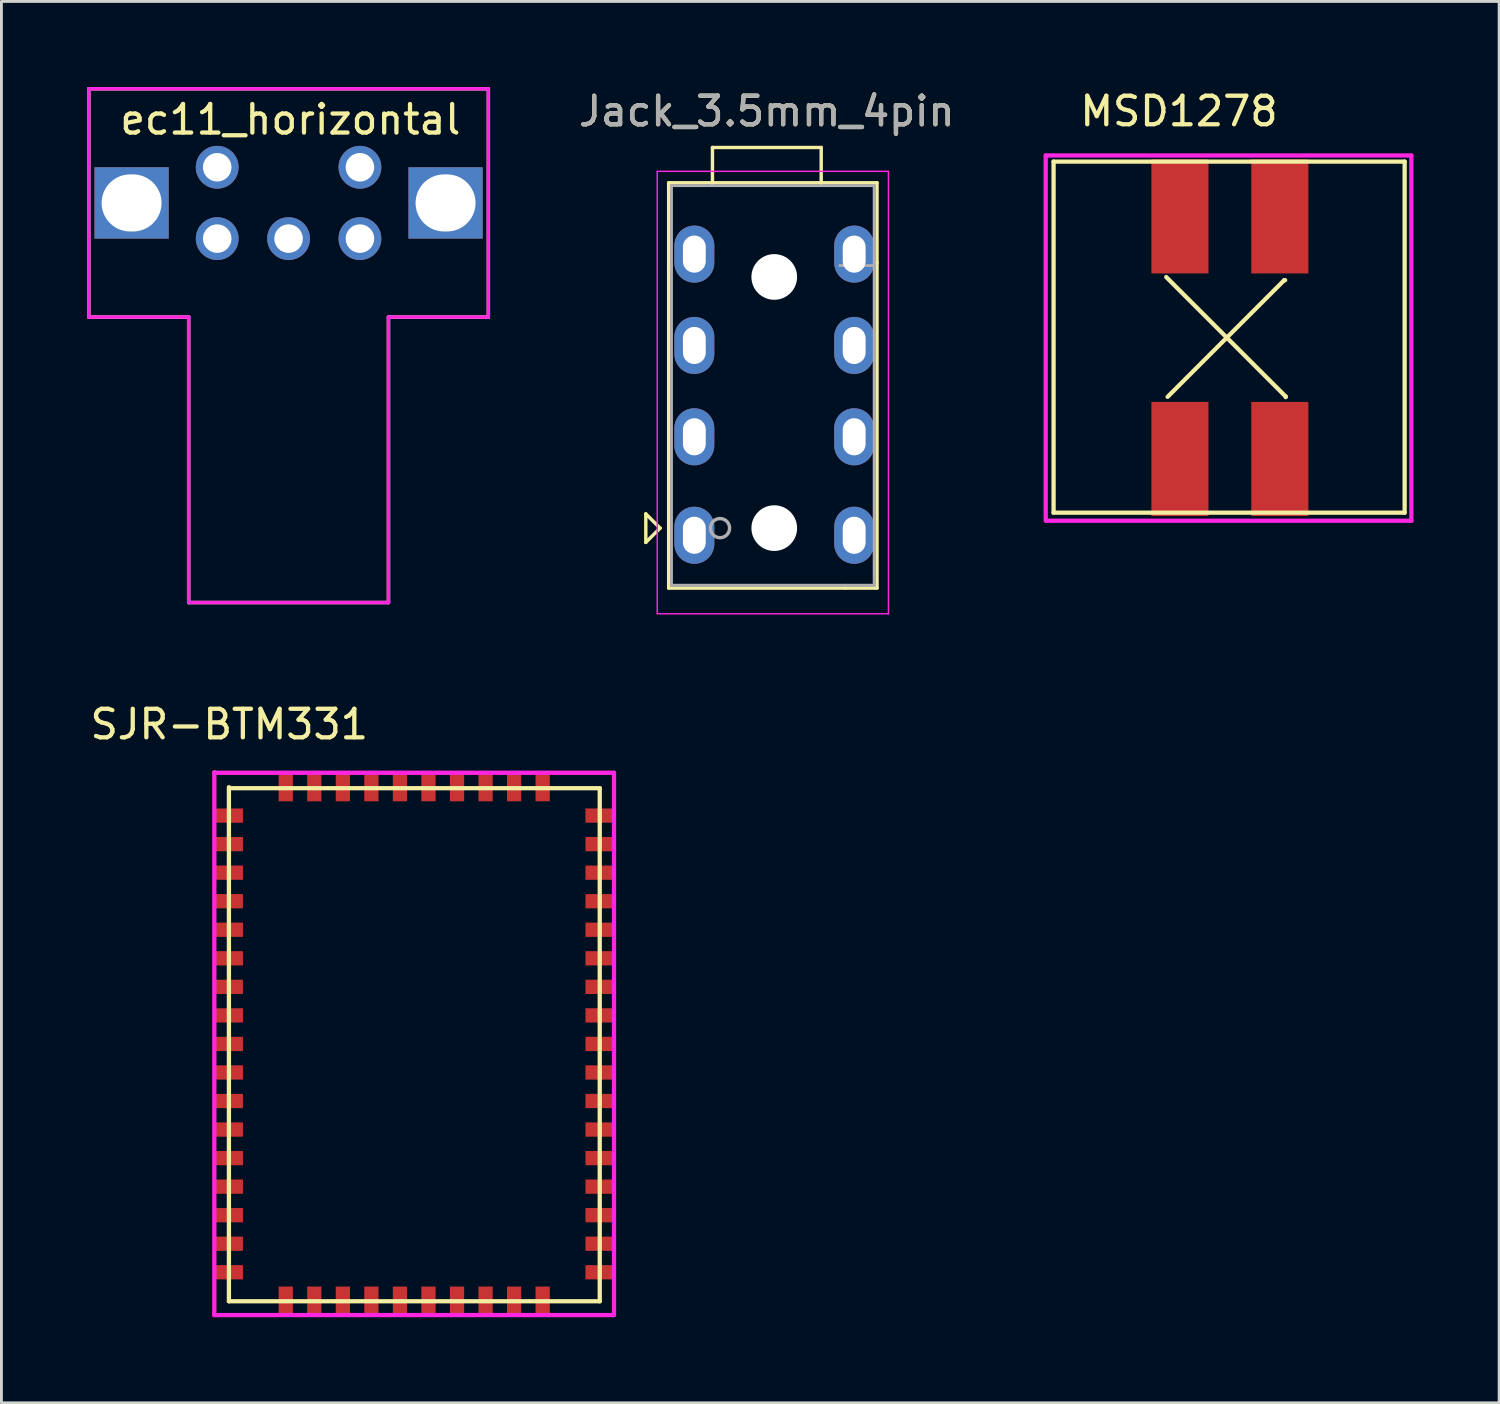
<source format=kicad_pcb>
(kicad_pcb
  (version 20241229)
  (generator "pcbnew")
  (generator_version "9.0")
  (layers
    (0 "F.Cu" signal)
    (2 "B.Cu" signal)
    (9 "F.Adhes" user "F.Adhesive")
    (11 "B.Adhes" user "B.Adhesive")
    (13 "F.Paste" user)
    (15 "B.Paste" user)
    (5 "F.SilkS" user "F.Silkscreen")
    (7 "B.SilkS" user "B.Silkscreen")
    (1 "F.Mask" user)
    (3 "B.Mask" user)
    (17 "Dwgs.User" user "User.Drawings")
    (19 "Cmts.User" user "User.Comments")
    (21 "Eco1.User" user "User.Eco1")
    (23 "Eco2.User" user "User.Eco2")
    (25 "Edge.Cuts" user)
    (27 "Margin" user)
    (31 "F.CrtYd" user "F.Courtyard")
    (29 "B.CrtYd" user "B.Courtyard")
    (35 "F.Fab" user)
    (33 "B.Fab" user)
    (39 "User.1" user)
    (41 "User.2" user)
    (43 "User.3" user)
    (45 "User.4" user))
  (footprint "ec11_horizontal"
    (layer "F.Cu")
    (at 7.06 4.06)
    (property "Reference" "ec11_horizontal" (at 0.064 -2.921 0) (layer "F.SilkS") (effects (font (size 1 1) (thickness 0.15))))
    (attr through_hole)
    (fp_line (start -7 -4) (end -7 4) (stroke (width 0.12) (type solid)) (layer "F.SilkS"))
    (fp_line (start -7 4) (end -3.5 4) (stroke (width 0.12) (type solid)) (layer "F.SilkS"))
    (fp_line (start -3.5 4) (end -3.5 14) (stroke (width 0.12) (type solid)) (layer "F.SilkS"))
    (fp_line (start -3.5 14) (end 3.5 14) (stroke (width 0.12) (type solid)) (layer "F.SilkS"))
    (fp_line (start 3.5 4) (end 3.5 14) (stroke (width 0.12) (type solid)) (layer "F.SilkS"))
    (fp_line (start 7 -4) (end -7 -4) (stroke (width 0.12) (type solid)) (layer "F.SilkS"))
    (fp_line (start 7 4) (end 3.5 4) (stroke (width 0.12) (type solid)) (layer "F.SilkS"))
    (fp_line (start 7 4) (end 7 -4) (stroke (width 0.12) (type solid)) (layer "F.SilkS"))
    (fp_line (start -7 -4) (end -7 4) (stroke (width 0.12) (type solid)) (layer "F.CrtYd"))
    (fp_line (start -7 4) (end -3.5 4) (stroke (width 0.12) (type solid)) (layer "F.CrtYd"))
    (fp_line (start -3.5 4) (end -3.5 14) (stroke (width 0.12) (type solid)) (layer "F.CrtYd"))
    (fp_line (start -3.5 14) (end 3.5 14) (stroke (width 0.12) (type solid)) (layer "F.CrtYd"))
    (fp_line (start 3.5 4) (end 3.5 14) (stroke (width 0.12) (type solid)) (layer "F.CrtYd"))
    (fp_line (start 7 -4) (end -7 -4) (stroke (width 0.12) (type solid)) (layer "F.CrtYd"))
    (fp_line (start 7 4) (end 3.5 4) (stroke (width 0.12) (type solid)) (layer "F.CrtYd"))
    (fp_line (start 7 4) (end 7 -4) (stroke (width 0.12) (type solid)) (layer "F.CrtYd"))
    (pad "A" thru_hole circle (at -2.5 1.25) (size 1.5 1.5) (drill 1) (layers "*.Cu" "*.Mask"))
    (pad "B" thru_hole circle (at 2.5 1.25) (size 1.5 1.5) (drill 1) (layers "*.Cu" "*.Mask"))
    (pad "C" thru_hole circle (at 0 1.25) (size 1.5 1.5) (drill 1) (layers "*.Cu" "*.Mask"))
    (pad "MP" thru_hole rect (at -5.5 0) (size 2.6 2.5) (drill oval 2.1 2) (layers "*.Cu" "*.Mask"))
    (pad "MP" thru_hole rect (at 5.5 0) (size 2.6 2.5) (drill oval 2.1 2) (layers "*.Cu" "*.Mask"))
    (pad "S1" thru_hole circle (at -2.5 -1.25) (size 1.5 1.5) (drill 1) (layers "*.Cu" "*.Mask"))
    (pad "S2" thru_hole circle (at 2.5 -1.25) (size 1.5 1.5) (drill 1) (layers "*.Cu" "*.Mask")))
  (footprint "SJR-BTM331"
    (layer "F.Cu")
    (at 4.962 24.524)
    (property "Reference" "SJR-BTM331" (at 0.02 -2.197 0) (layer "F.SilkS") (effects (font (size 1 1) (thickness 0.15))))
    (attr through_hole)
    (fp_line (start -0.498 -0.503) (end -0.495 -0.5) (stroke (width 0.15) (type solid)) (layer "F.SilkS"))
    (fp_line (start 0.008 0.005) (end 0.008 18.016) (stroke (width 0.15) (type solid)) (layer "F.SilkS"))
    (fp_line (start 0.008 18.016) (end 13 18.016) (stroke (width 0.15) (type solid)) (layer "F.SilkS"))
    (fp_line (start 13 0.041) (end 0.023 0.041) (stroke (width 0.15) (type solid)) (layer "F.SilkS"))
    (fp_line (start 13 18.016) (end 13 0.041) (stroke (width 0.15) (type solid)) (layer "F.SilkS"))
    (fp_line (start -0.503 -0.511) (end -0.503 18.499) (stroke (width 0.15) (type solid)) (layer "F.CrtYd"))
    (fp_line (start -0.503 18.499) (end 13.5 18.499) (stroke (width 0.15) (type solid)) (layer "F.CrtYd"))
    (fp_line (start 13.5 -0.5) (end -0.495 -0.5) (stroke (width 0.15) (type solid)) (layer "F.CrtYd"))
    (fp_line (start 13.5 18.499) (end 13.5 -0.5) (stroke (width 0.15) (type solid)) (layer "F.CrtYd"))
    (pad "1" smd rect (at 0 1) (size 1 0.5) (layers "F.Cu" "F.Mask" "F.Paste"))
    (pad "2" smd rect (at 0 2) (size 1 0.5) (layers "F.Cu" "F.Mask" "F.Paste"))
    (pad "3" smd rect (at 0 3) (size 1 0.5) (layers "F.Cu" "F.Mask" "F.Paste"))
    (pad "4" smd rect (at 0 4) (size 1 0.5) (layers "F.Cu" "F.Mask" "F.Paste"))
    (pad "5" smd rect (at 0 5) (size 1 0.5) (layers "F.Cu" "F.Mask" "F.Paste"))
    (pad "6" smd rect (at 0 6) (size 1 0.5) (layers "F.Cu" "F.Mask" "F.Paste"))
    (pad "7" smd rect (at 0 7) (size 1 0.5) (layers "F.Cu" "F.Mask" "F.Paste"))
    (pad "8" smd rect (at 0 8) (size 1 0.5) (layers "F.Cu" "F.Mask" "F.Paste"))
    (pad "9" smd rect (at 0 9) (size 1 0.5) (layers "F.Cu" "F.Mask" "F.Paste"))
    (pad "10" smd rect (at 0 10) (size 1 0.5) (layers "F.Cu" "F.Mask" "F.Paste"))
    (pad "11" smd rect (at 0 11) (size 1 0.5) (layers "F.Cu" "F.Mask" "F.Paste"))
    (pad "12" smd rect (at 0 12) (size 1 0.5) (layers "F.Cu" "F.Mask" "F.Paste"))
    (pad "13" smd rect (at 0 13) (size 1 0.5) (layers "F.Cu" "F.Mask" "F.Paste"))
    (pad "14" smd rect (at 0 14) (size 1 0.5) (layers "F.Cu" "F.Mask" "F.Paste"))
    (pad "15" smd rect (at 0 15) (size 1 0.5) (layers "F.Cu" "F.Mask" "F.Paste"))
    (pad "16" smd rect (at 0 16) (size 1 0.5) (layers "F.Cu" "F.Mask" "F.Paste"))
    (pad "17" smd rect (at 0 17) (size 1 0.5) (layers "F.Cu" "F.Mask" "F.Paste"))
    (pad "18" smd rect (at 2 18) (size 0.5 1) (layers "F.Cu" "F.Mask" "F.Paste"))
    (pad "19" smd rect (at 3 18) (size 0.5 1) (layers "F.Cu" "F.Mask" "F.Paste"))
    (pad "20" smd rect (at 4 18) (size 0.5 1) (layers "F.Cu" "F.Mask" "F.Paste"))
    (pad "21" smd rect (at 5 18) (size 0.5 1) (layers "F.Cu" "F.Mask" "F.Paste"))
    (pad "22" smd rect (at 6 18) (size 0.5 1) (layers "F.Cu" "F.Mask" "F.Paste"))
    (pad "23" smd rect (at 7 18) (size 0.5 1) (layers "F.Cu" "F.Mask" "F.Paste"))
    (pad "24" smd rect (at 8 18) (size 0.5 1) (layers "F.Cu" "F.Mask" "F.Paste"))
    (pad "25" smd rect (at 9 18) (size 0.5 1) (layers "F.Cu" "F.Mask" "F.Paste"))
    (pad "26" smd rect (at 10 18) (size 0.5 1) (layers "F.Cu" "F.Mask" "F.Paste"))
    (pad "27" smd rect (at 11 18) (size 0.5 1) (layers "F.Cu" "F.Mask" "F.Paste"))
    (pad "28" smd rect (at 13 17) (size 1 0.5) (layers "F.Cu" "F.Mask" "F.Paste"))
    (pad "29" smd rect (at 13 16) (size 1 0.5) (layers "F.Cu" "F.Mask" "F.Paste"))
    (pad "30" smd rect (at 13 15) (size 1 0.5) (layers "F.Cu" "F.Mask" "F.Paste"))
    (pad "31" smd rect (at 13 14) (size 1 0.5) (layers "F.Cu" "F.Mask" "F.Paste"))
    (pad "32" smd rect (at 13 13) (size 1 0.5) (layers "F.Cu" "F.Mask" "F.Paste"))
    (pad "33" smd rect (at 13 12) (size 1 0.5) (layers "F.Cu" "F.Mask" "F.Paste"))
    (pad "34" smd rect (at 13 11) (size 1 0.5) (layers "F.Cu" "F.Mask" "F.Paste"))
    (pad "35" smd rect (at 13 10) (size 1 0.5) (layers "F.Cu" "F.Mask" "F.Paste"))
    (pad "36" smd rect (at 13 9) (size 1 0.5) (layers "F.Cu" "F.Mask" "F.Paste"))
    (pad "37" smd rect (at 13 8) (size 1 0.5) (layers "F.Cu" "F.Mask" "F.Paste"))
    (pad "38" smd rect (at 13 7) (size 1 0.5) (layers "F.Cu" "F.Mask" "F.Paste"))
    (pad "39" smd rect (at 13 6) (size 1 0.5) (layers "F.Cu" "F.Mask" "F.Paste"))
    (pad "40" smd rect (at 13 5) (size 1 0.5) (layers "F.Cu" "F.Mask" "F.Paste"))
    (pad "41" smd rect (at 13 4) (size 1 0.5) (layers "F.Cu" "F.Mask" "F.Paste"))
    (pad "42" smd rect (at 13 3) (size 1 0.5) (layers "F.Cu" "F.Mask" "F.Paste"))
    (pad "43" smd rect (at 13 2) (size 1 0.5) (layers "F.Cu" "F.Mask" "F.Paste"))
    (pad "44" smd rect (at 13 1) (size 1 0.5) (layers "F.Cu" "F.Mask" "F.Paste"))
    (pad "45" smd rect (at 11 0) (size 0.5 1) (layers "F.Cu" "F.Mask" "F.Paste"))
    (pad "46" smd rect (at 10 0) (size 0.5 1) (layers "F.Cu" "F.Mask" "F.Paste"))
    (pad "47" smd rect (at 9 0) (size 0.5 1) (layers "F.Cu" "F.Mask" "F.Paste"))
    (pad "48" smd rect (at 8 0) (size 0.5 1) (layers "F.Cu" "F.Mask" "F.Paste"))
    (pad "49" smd rect (at 7 0) (size 0.5 1) (layers "F.Cu" "F.Mask" "F.Paste"))
    (pad "50" smd rect (at 6 0) (size 0.5 1) (layers "F.Cu" "F.Mask" "F.Paste"))
    (pad "51" smd rect (at 5 0) (size 0.5 1) (layers "F.Cu" "F.Mask" "F.Paste"))
    (pad "52" smd rect (at 4 0) (size 0.5 1) (layers "F.Cu" "F.Mask" "F.Paste"))
    (pad "53" smd rect (at 3 0) (size 0.5 1) (layers "F.Cu" "F.Mask" "F.Paste"))
    (pad "54" smd rect (at 2 0) (size 0.5 1) (layers "F.Cu" "F.Mask" "F.Paste")))
  (footprint "MSD1278"
    (layer "F.Cu")
    (at 38.289 4.531)
    (property "Reference" "MSD1278" (at -0.033 -3.683 0) (layer "F.SilkS") (effects (font (size 1 1) (thickness 0.15))))
    (attr through_hole)
    (fp_line (start -4.427 -1.92) (end -4.427 10.38) (stroke (width 0.15) (type solid)) (layer "F.SilkS"))
    (fp_line (start -4.427 10.38) (end 7.873 10.38) (stroke (width 0.15) (type solid)) (layer "F.SilkS"))
    (fp_line (start -0.48 2.126) (end 3.706 6.312) (stroke (width 0.15) (type solid)) (layer "F.SilkS"))
    (fp_line (start -0.432 6.322) (end 3.655 2.235) (stroke (width 0.15) (type solid)) (layer "F.SilkS"))
    (fp_line (start 3.686 2.235) (end 3.655 2.235) (stroke (width 0.15) (type solid)) (layer "F.SilkS"))
    (fp_line (start 3.706 6.332) (end 3.706 6.312) (stroke (width 0.15) (type solid)) (layer "F.SilkS"))
    (fp_line (start 7.873 -1.92) (end -4.427 -1.92) (stroke (width 0.15) (type solid)) (layer "F.SilkS"))
    (fp_line (start 7.873 10.38) (end 7.873 -1.92) (stroke (width 0.15) (type solid)) (layer "F.SilkS"))
    (fp_line (start -4.702 -2.134) (end -4.702 10.663) (stroke (width 0.15) (type solid)) (layer "F.CrtYd"))
    (fp_line (start -4.67 10.663) (end 8.108 10.663) (stroke (width 0.15) (type solid)) (layer "F.CrtYd"))
    (fp_line (start 8.108 -2.134) (end -4.702 -2.134) (stroke (width 0.15) (type solid)) (layer "F.CrtYd"))
    (fp_line (start 8.108 10.663) (end 8.108 -2.13) (stroke (width 0.15) (type solid)) (layer "F.CrtYd"))
    (pad "1" smd rect (at 3.5 0) (size 2 4) (layers "F.Cu" "F.Mask" "F.Paste"))
    (pad "2" smd rect (at 0 8.5) (size 2 4) (layers "F.Cu" "F.Mask" "F.Paste"))
    (pad "3" smd rect (at 0 0) (size 2 4) (layers "F.Cu" "F.Mask" "F.Paste"))
    (pad "4" smd rect (at 3.5 8.5) (size 2 4) (layers "F.Cu" "F.Mask" "F.Paste")))
  (footprint "Jack_3.5mm_4pin"
    (layer "F.Cu")
    (at 21.276 15.453)
    (property "Reference" "Jack_3.5mm_4pin" (at 2.54 -14.605 180) (layer "F.SilkS") (effects (font (size 1 1) (thickness 0.15))))
    (attr through_hole)
    (fp_line (start -1.7 -0.5) (end -1.7 0.5) (stroke (width 0.12) (type solid)) (layer "F.SilkS"))
    (fp_line (start -1.7 0.5) (end -1.2 0) (stroke (width 0.12) (type solid)) (layer "F.SilkS"))
    (fp_line (start -1.2 0) (end -1.7 -0.5) (stroke (width 0.12) (type solid)) (layer "F.SilkS"))
    (fp_line (start -0.9 -9.3) (end -0.9 -12.1) (stroke (width 0.12) (type solid)) (layer "F.SilkS"))
    (fp_line (start -0.9 -9.3) (end -0.9 2.1) (stroke (width 0.12) (type solid)) (layer "F.SilkS"))
    (fp_line (start -0.9 2.1) (end 5.3 2.1) (stroke (width 0.12) (type solid)) (layer "F.SilkS"))
    (fp_line (start 0.635 -13.335) (end 4.445 -13.335) (stroke (width 0.12) (type solid)) (layer "F.SilkS"))
    (fp_line (start 0.635 -12.065) (end 0.635 -13.335) (stroke (width 0.12) (type solid)) (layer "F.SilkS"))
    (fp_line (start 4.445 -13.335) (end 4.445 -12.065) (stroke (width 0.12) (type solid)) (layer "F.SilkS"))
    (fp_line (start 6.4 -12.1) (end -0.9 -12.1) (stroke (width 0.12) (type solid)) (layer "F.SilkS"))
    (fp_line (start 6.4 -9.3) (end 6.4 -12.1) (stroke (width 0.12) (type solid)) (layer "F.SilkS"))
    (fp_line (start 6.4 -9.3) (end 6.4 2.1) (stroke (width 0.12) (type solid)) (layer "F.SilkS"))
    (fp_line (start 6.4 2.1) (end 5.3 2.1) (stroke (width 0.12) (type solid)) (layer "F.SilkS"))
    (fp_line (start -1.3 -12.5) (end -1.3 3) (stroke (width 0.05) (type solid)) (layer "F.CrtYd"))
    (fp_line (start -1.3 -12.5) (end 6.8 -12.5) (stroke (width 0.05) (type solid)) (layer "F.CrtYd"))
    (fp_line (start -1.3 3) (end 6.8 3) (stroke (width 0.05) (type solid)) (layer "F.CrtYd"))
    (fp_line (start 6.8 -12.5) (end 6.8 3) (stroke (width 0.05) (type solid)) (layer "F.CrtYd"))
    (fp_line (start -0.8 -12) (end 6.3 -12) (stroke (width 0.1) (type solid)) (layer "F.Fab"))
    (fp_line (start -0.8 -9.2) (end -0.8 -12) (stroke (width 0.1) (type solid)) (layer "F.Fab"))
    (fp_line (start -0.8 2) (end -0.8 -9.2) (stroke (width 0.1) (type solid)) (layer "F.Fab"))
    (fp_line (start 5.1 -9.2) (end 6.3 -9.2) (stroke (width 0.1) (type solid)) (layer "F.Fab"))
    (fp_line (start 5.3 2) (end -0.8 2) (stroke (width 0.1) (type solid)) (layer "F.Fab"))
    (fp_line (start 6.3 -12) (end 6.3 -9.2) (stroke (width 0.1) (type solid)) (layer "F.Fab"))
    (fp_line (start 6.3 -9.2) (end 6.3 2) (stroke (width 0.1) (type solid)) (layer "F.Fab"))
    (fp_line (start 6.3 2) (end 5.3 2) (stroke (width 0.1) (type solid)) (layer "F.Fab"))
    (fp_circle (center 0.9 0) (end 1.2 0.15) (stroke (width 0.12) (type solid)) (fill no) (layer "F.Fab"))
    (fp_text user "${REFERENCE}" (at 2.54 -14.605 180) (layer "F.Fab") (effects (font (size 1 1) (thickness 0.15))))
    (pad "" np_thru_hole circle (at 2.8 -8.8 270) (size 1.6 1.6) (drill 1.6) (layers "*.Cu" "*.Mask"))
    (pad "" np_thru_hole circle (at 2.8 0 270) (size 1.6 1.6) (drill 1.6) (layers "*.Cu" "*.Mask"))
    (pad "R1" thru_hole oval (at 0 -3.2 270) (size 2 1.4) (drill oval 1.3 0.8) (layers "*.Cu" "*.Mask"))
    (pad "R1" thru_hole oval (at 5.6 -3.2 270) (size 2 1.4) (drill oval 1.3 0.8) (layers "*.Cu" "*.Mask"))
    (pad "R2" thru_hole oval (at 0 -6.4 270) (size 2 1.4) (drill oval 1.3 0.8) (layers "*.Cu" "*.Mask"))
    (pad "R2" thru_hole oval (at 5.6 -6.4 270) (size 2 1.4) (drill oval 1.3 0.8) (layers "*.Cu" "*.Mask"))
    (pad "S" thru_hole oval (at 0 -9.6 270) (size 2 1.4) (drill oval 1.3 0.8) (layers "*.Cu" "*.Mask"))
    (pad "S" thru_hole oval (at 5.6 -9.6 270) (size 2 1.4) (drill oval 1.3 0.8) (layers "*.Cu" "*.Mask"))
    (pad "T" thru_hole oval (at 0 0.25 270) (size 2 1.4) (drill oval 1.3 0.8) (layers "*.Cu" "*.Mask"))
    (pad "T" thru_hole oval (at 5.6 0.25 270) (size 2 1.4) (drill oval 1.3 0.8) (layers "*.Cu" "*.Mask")))
  (gr_rect
    (start -3 -3)
    (end 49.472 46.097)
    (stroke (width 0.1) (type default))
    (fill no)
    (layer "Edge.Cuts")))
</source>
